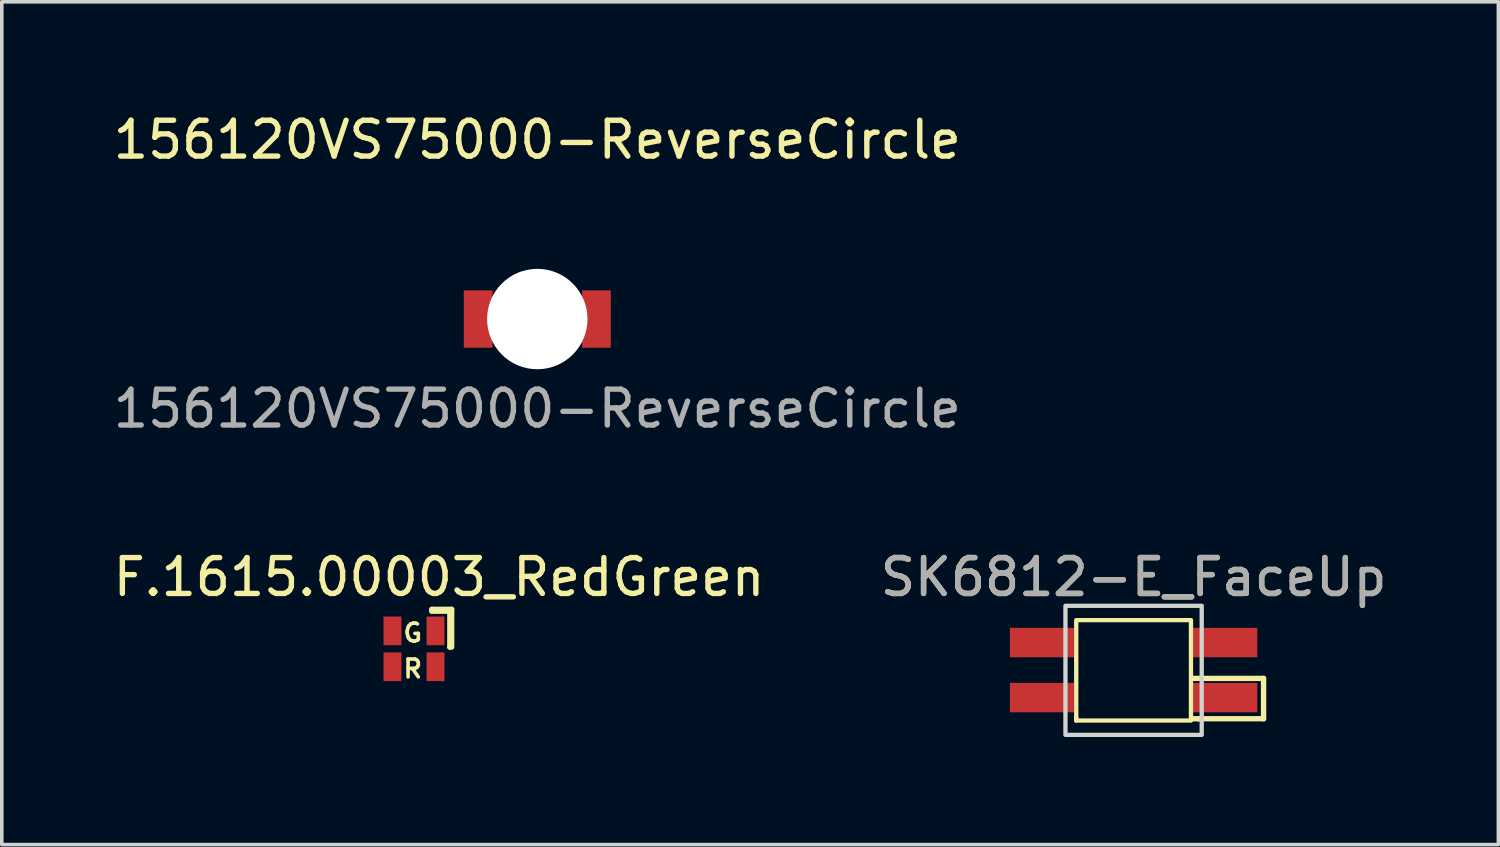
<source format=kicad_pcb>
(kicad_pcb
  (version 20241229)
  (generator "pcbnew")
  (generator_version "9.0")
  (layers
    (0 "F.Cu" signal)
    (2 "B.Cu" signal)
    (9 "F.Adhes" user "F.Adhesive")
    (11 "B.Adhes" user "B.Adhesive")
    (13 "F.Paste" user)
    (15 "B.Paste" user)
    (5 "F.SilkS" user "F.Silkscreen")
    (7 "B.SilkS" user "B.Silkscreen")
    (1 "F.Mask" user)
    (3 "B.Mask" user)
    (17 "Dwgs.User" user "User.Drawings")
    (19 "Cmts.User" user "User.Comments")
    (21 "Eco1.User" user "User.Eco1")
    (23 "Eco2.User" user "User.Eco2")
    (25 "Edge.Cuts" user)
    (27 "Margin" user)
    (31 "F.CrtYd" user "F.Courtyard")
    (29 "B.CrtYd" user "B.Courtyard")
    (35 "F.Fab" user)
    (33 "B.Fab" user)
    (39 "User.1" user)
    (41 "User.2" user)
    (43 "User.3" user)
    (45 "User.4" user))
  (footprint "SK6812-E_FaceUp"
    (layer "F.Cu")
    (at 28.565 15.645)
    (property "Reference" "SK6812-E_FaceUp" (at 0 -2.6 0) (unlocked yes) (layer "F.SilkS") (effects (font (size 1 1) (thickness 0.15))))
    (fp_line (start -1.6 1.3) (end -1.6 1.4) (stroke (width 0.12) (type solid)) (layer "F.SilkS"))
    (fp_line (start 1.65 0.225) (end 3.625 0.225) (stroke (width 0.15) (type default)) (layer "F.SilkS"))
    (fp_line (start 1.8 1.35) (end 1.625 1.35) (stroke (width 0.15) (type default)) (layer "F.SilkS"))
    (fp_line (start 3.625 0.225) (end 3.625 1.35) (stroke (width 0.15) (type default)) (layer "F.SilkS"))
    (fp_line (start 3.625 1.35) (end 1.8 1.35) (stroke (width 0.15) (type default)) (layer "F.SilkS"))
    (fp_rect (start -1.6 1.4) (end 1.6 -1.4) (stroke (width 0.12) (type solid)) (fill no) (layer "F.SilkS"))
    (fp_rect (start -1.9 1.8) (end 1.9 -1.8) (stroke (width 0.12) (type solid)) (fill no) (layer "Edge.Cuts"))
    (fp_text user "${REFERENCE}" (at 0 -2.6 0) (unlocked yes) (layer "F.Fab") (effects (font (size 1 1) (thickness 0.15))))
    (pad "1" smd rect (at -2.55 -0.775) (size 1.8 0.82) (layers "F.Cu" "F.Mask" "F.Paste"))
    (pad "2" smd rect (at -2.55 0.76) (size 1.8 0.82) (layers "F.Cu" "F.Mask" "F.Paste"))
    (pad "3" smd rect (at 2.55 0.76) (size 1.8 0.82) (layers "F.Cu" "F.Mask" "F.Paste"))
    (pad "4" smd rect (at 2.55 -0.775) (size 1.8 0.82) (layers "F.Cu" "F.Mask" "F.Paste")))
  (footprint "F.1615.00003_RedGreen"
    (layer "F.Cu")
    (at 8.096 14.595)
    (property "Reference" "F.1615.00003_RedGreen" (at 1.1 -1.55 0) (unlocked yes) (layer "F.SilkS") (effects (font (size 1 1) (thickness 0.15))))
    (attr smd)
    (fp_line (start 0.9 -0.65) (end 0.9 -0.6) (stroke (width 0.15) (type default)) (layer "F.SilkS"))
    (fp_line (start 0.9 -0.6) (end 1.4 -0.6) (stroke (width 0.15) (type default)) (layer "F.SilkS"))
    (fp_line (start 1.4 -0.6) (end 1.4 0.4) (stroke (width 0.15) (type default)) (layer "F.SilkS"))
    (fp_line (start 1.4 0.4) (end 1.45 0.4) (stroke (width 0.15) (type default)) (layer "F.SilkS"))
    (fp_line (start 1.45 -0.65) (end 0.9 -0.65) (stroke (width 0.15) (type default)) (layer "F.SilkS"))
    (fp_line (start 1.45 -0.65) (end 1.45 0.35) (stroke (width 0.15) (type default)) (layer "F.SilkS"))
    (fp_text user "G" (at 0.05 0.3 0) (unlocked yes) (layer "F.SilkS") (effects (font (size 0.5 0.5) (thickness 0.1) (bold yes)) (justify left bottom)))
    (fp_text user "R" (at 0.05 1.3 0) (unlocked yes) (layer "F.SilkS") (effects (font (size 0.5 0.5) (thickness 0.1) (bold yes)) (justify left bottom)))
    (pad "1" smd rect (at 1 -0.05 180) (size 0.5 0.8) (layers "F.Cu" "F.Mask" "F.Paste"))
    (pad "2" smd rect (at 1 0.95 180) (size 0.5 0.8) (layers "F.Cu" "F.Mask" "F.Paste"))
    (pad "3" smd rect (at -0.2 0.95 180) (size 0.5 0.8) (layers "F.Cu" "F.Mask" "F.Paste"))
    (pad "4" smd rect (at -0.2 -0.05 180) (size 0.5 0.8) (layers "F.Cu" "F.Mask" "F.Paste")))
  (footprint "156120VS75000-ReverseCircle"
    (layer "F.Cu")
    (at 11.935 5.848)
    (property "Reference" "156120VS75000-ReverseCircle" (at 0 -5 0) (unlocked yes) (layer "F.SilkS") (effects (font (size 1 1) (thickness 0.15))))
    (attr smd)
    (fp_text user "${REFERENCE}" (at 0 2.5 0) (unlocked yes) (layer "F.Fab") (effects (font (size 1 1) (thickness 0.15))))
    (pad "" np_thru_hole circle (at 0 0) (size 2.8 2.8) (drill 2.8) (layers "*.Cu" "*.Mask"))
    (pad "1" smd rect (at -1.65 0) (size 0.8 1.6) (layers "F.Cu" "F.Mask" "F.Paste"))
    (pad "2" smd rect (at 1.65 0) (size 0.8 1.6) (layers "F.Cu" "F.Mask" "F.Paste")))
  (gr_rect
    (start -3 -3)
    (end 38.738 20.505)
    (stroke (width 0.1) (type default))
    (fill no)
    (layer "Edge.Cuts")))
</source>
